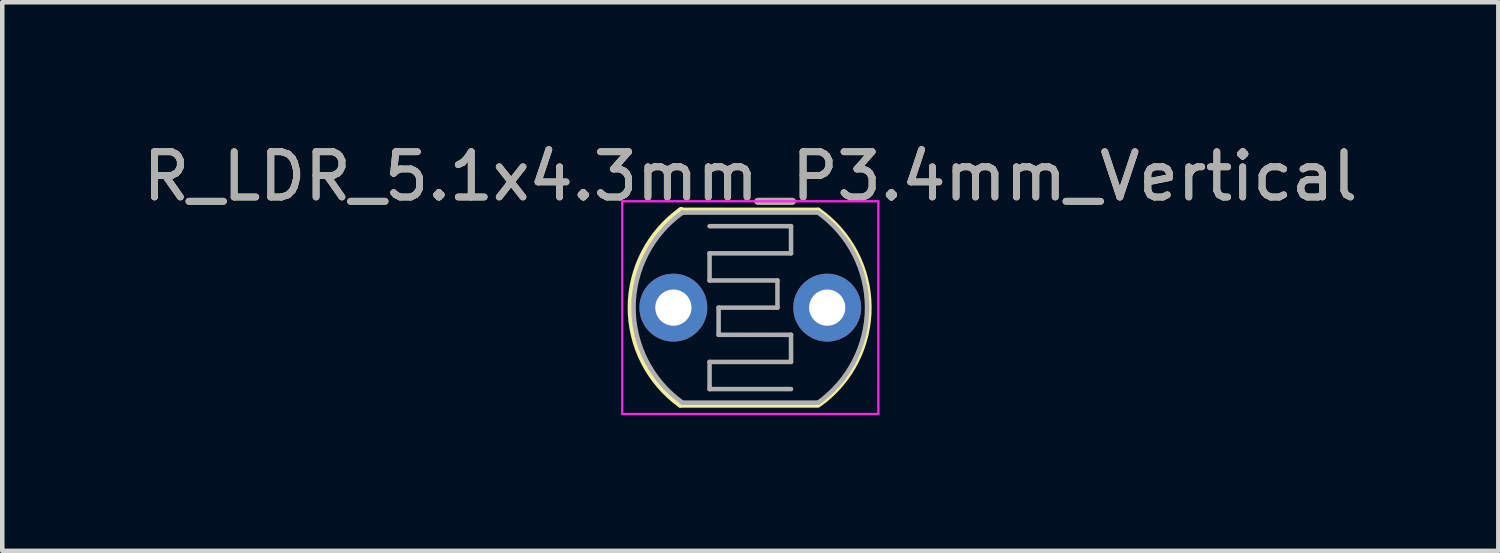
<source format=kicad_pcb>
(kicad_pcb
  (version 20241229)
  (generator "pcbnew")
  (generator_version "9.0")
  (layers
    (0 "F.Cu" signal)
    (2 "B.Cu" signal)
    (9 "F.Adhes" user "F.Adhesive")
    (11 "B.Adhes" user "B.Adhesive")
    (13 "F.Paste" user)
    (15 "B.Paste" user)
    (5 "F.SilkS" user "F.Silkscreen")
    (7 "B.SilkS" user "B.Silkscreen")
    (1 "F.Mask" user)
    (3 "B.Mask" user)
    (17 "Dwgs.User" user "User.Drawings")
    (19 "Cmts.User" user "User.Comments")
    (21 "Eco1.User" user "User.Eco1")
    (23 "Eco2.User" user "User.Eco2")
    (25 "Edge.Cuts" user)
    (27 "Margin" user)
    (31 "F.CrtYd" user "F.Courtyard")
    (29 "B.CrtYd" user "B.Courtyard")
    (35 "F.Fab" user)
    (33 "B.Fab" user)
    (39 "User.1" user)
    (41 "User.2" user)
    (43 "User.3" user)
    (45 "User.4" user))
  (footprint "R_LDR_5.1x4.3mm_P3.4mm_Vertical"
    (layer "F.Cu")
    (at 13.53 3.748)
    (property "Reference" "R_LDR_5.1x4.3mm_P3.4mm_Vertical" (at 0 -2.9 0) (layer "F.SilkS") (effects (font (size 1 1) (thickness 0.15))))
    (attr through_hole)
    (fp_line (start -1.55 -2.15) (end 1.5 -2.15) (stroke (width 0.12) (type solid)) (layer "F.SilkS"))
    (fp_line (start -1.55 2.15) (end 1.5 2.15) (stroke (width 0.12) (type solid)) (layer "F.SilkS"))
    (fp_arc (start -1.55 2.15) (mid -2.650438 -0.013368) (end -1.528234 -2.165525) (stroke (width 0.12) (type solid)) (layer "F.SilkS"))
    (fp_arc (start 1.5 -2.15) (mid 2.621403 -0.027338) (end 1.544513 2.118249) (stroke (width 0.12) (type solid)) (layer "F.SilkS"))
    (fp_line (start -2.83 -2.35) (end -2.83 2.35) (stroke (width 0.05) (type solid)) (layer "F.CrtYd"))
    (fp_line (start -2.83 -2.35) (end 2.83 -2.35) (stroke (width 0.05) (type solid)) (layer "F.CrtYd"))
    (fp_line (start 2.83 2.35) (end -2.83 2.35) (stroke (width 0.05) (type solid)) (layer "F.CrtYd"))
    (fp_line (start 2.83 2.35) (end 2.83 -2.35) (stroke (width 0.05) (type solid)) (layer "F.CrtYd"))
    (fp_line (start -1.5 -2.1) (end 1.5 -2.1) (stroke (width 0.1) (type solid)) (layer "F.Fab"))
    (fp_line (start -0.9 -1.8) (end 0.9 -1.8) (stroke (width 0.1) (type solid)) (layer "F.Fab"))
    (fp_line (start -0.9 -1.2) (end -0.9 -0.6) (stroke (width 0.1) (type solid)) (layer "F.Fab"))
    (fp_line (start -0.9 1.2) (end -0.9 1.8) (stroke (width 0.1) (type solid)) (layer "F.Fab"))
    (fp_line (start -0.9 1.8) (end 0.9 1.8) (stroke (width 0.1) (type solid)) (layer "F.Fab"))
    (fp_line (start -0.7 0) (end -0.7 0.6) (stroke (width 0.1) (type solid)) (layer "F.Fab"))
    (fp_line (start -0.7 0) (end 0.6 0) (stroke (width 0.1) (type solid)) (layer "F.Fab"))
    (fp_line (start 0.6 -0.6) (end -0.9 -0.6) (stroke (width 0.1) (type solid)) (layer "F.Fab"))
    (fp_line (start 0.6 0) (end 0.6 -0.6) (stroke (width 0.1) (type solid)) (layer "F.Fab"))
    (fp_line (start 0.9 -1.8) (end 0.9 -1.2) (stroke (width 0.1) (type solid)) (layer "F.Fab"))
    (fp_line (start 0.9 -1.2) (end -0.9 -1.2) (stroke (width 0.1) (type solid)) (layer "F.Fab"))
    (fp_line (start 0.9 0.6) (end -0.7 0.6) (stroke (width 0.1) (type solid)) (layer "F.Fab"))
    (fp_line (start 0.9 0.6) (end 0.9 1.2) (stroke (width 0.1) (type solid)) (layer "F.Fab"))
    (fp_line (start 0.9 1.2) (end -0.9 1.2) (stroke (width 0.1) (type solid)) (layer "F.Fab"))
    (fp_line (start 1.5 2.1) (end -1.5 2.1) (stroke (width 0.1) (type solid)) (layer "F.Fab"))
    (fp_arc (start -1.5 2.1) (mid -2.580697 -0.001697) (end -1.497237 -2.101971) (stroke (width 0.1) (type solid)) (layer "F.Fab"))
    (fp_arc (start 1.5 -2.1) (mid 2.580697 0.001697) (end 1.497237 2.101971) (stroke (width 0.1) (type solid)) (layer "F.Fab"))
    (fp_text user "${REFERENCE}" (at 0 -2.9 0) (layer "F.Fab") (effects (font (size 1 1) (thickness 0.15))))
    (pad "1" thru_hole circle (at -1.7 0) (size 1.5 1.5) (drill 0.8) (layers "*.Cu" "*.Mask"))
    (pad "2" thru_hole circle (at 1.7 0) (size 1.5 1.5) (drill 0.8) (layers "*.Cu" "*.Mask")))
  (gr_rect
    (start -3 -3)
    (end 30.06 9.123)
    (stroke (width 0.1) (type default))
    (fill no)
    (layer "Edge.Cuts")))
</source>
